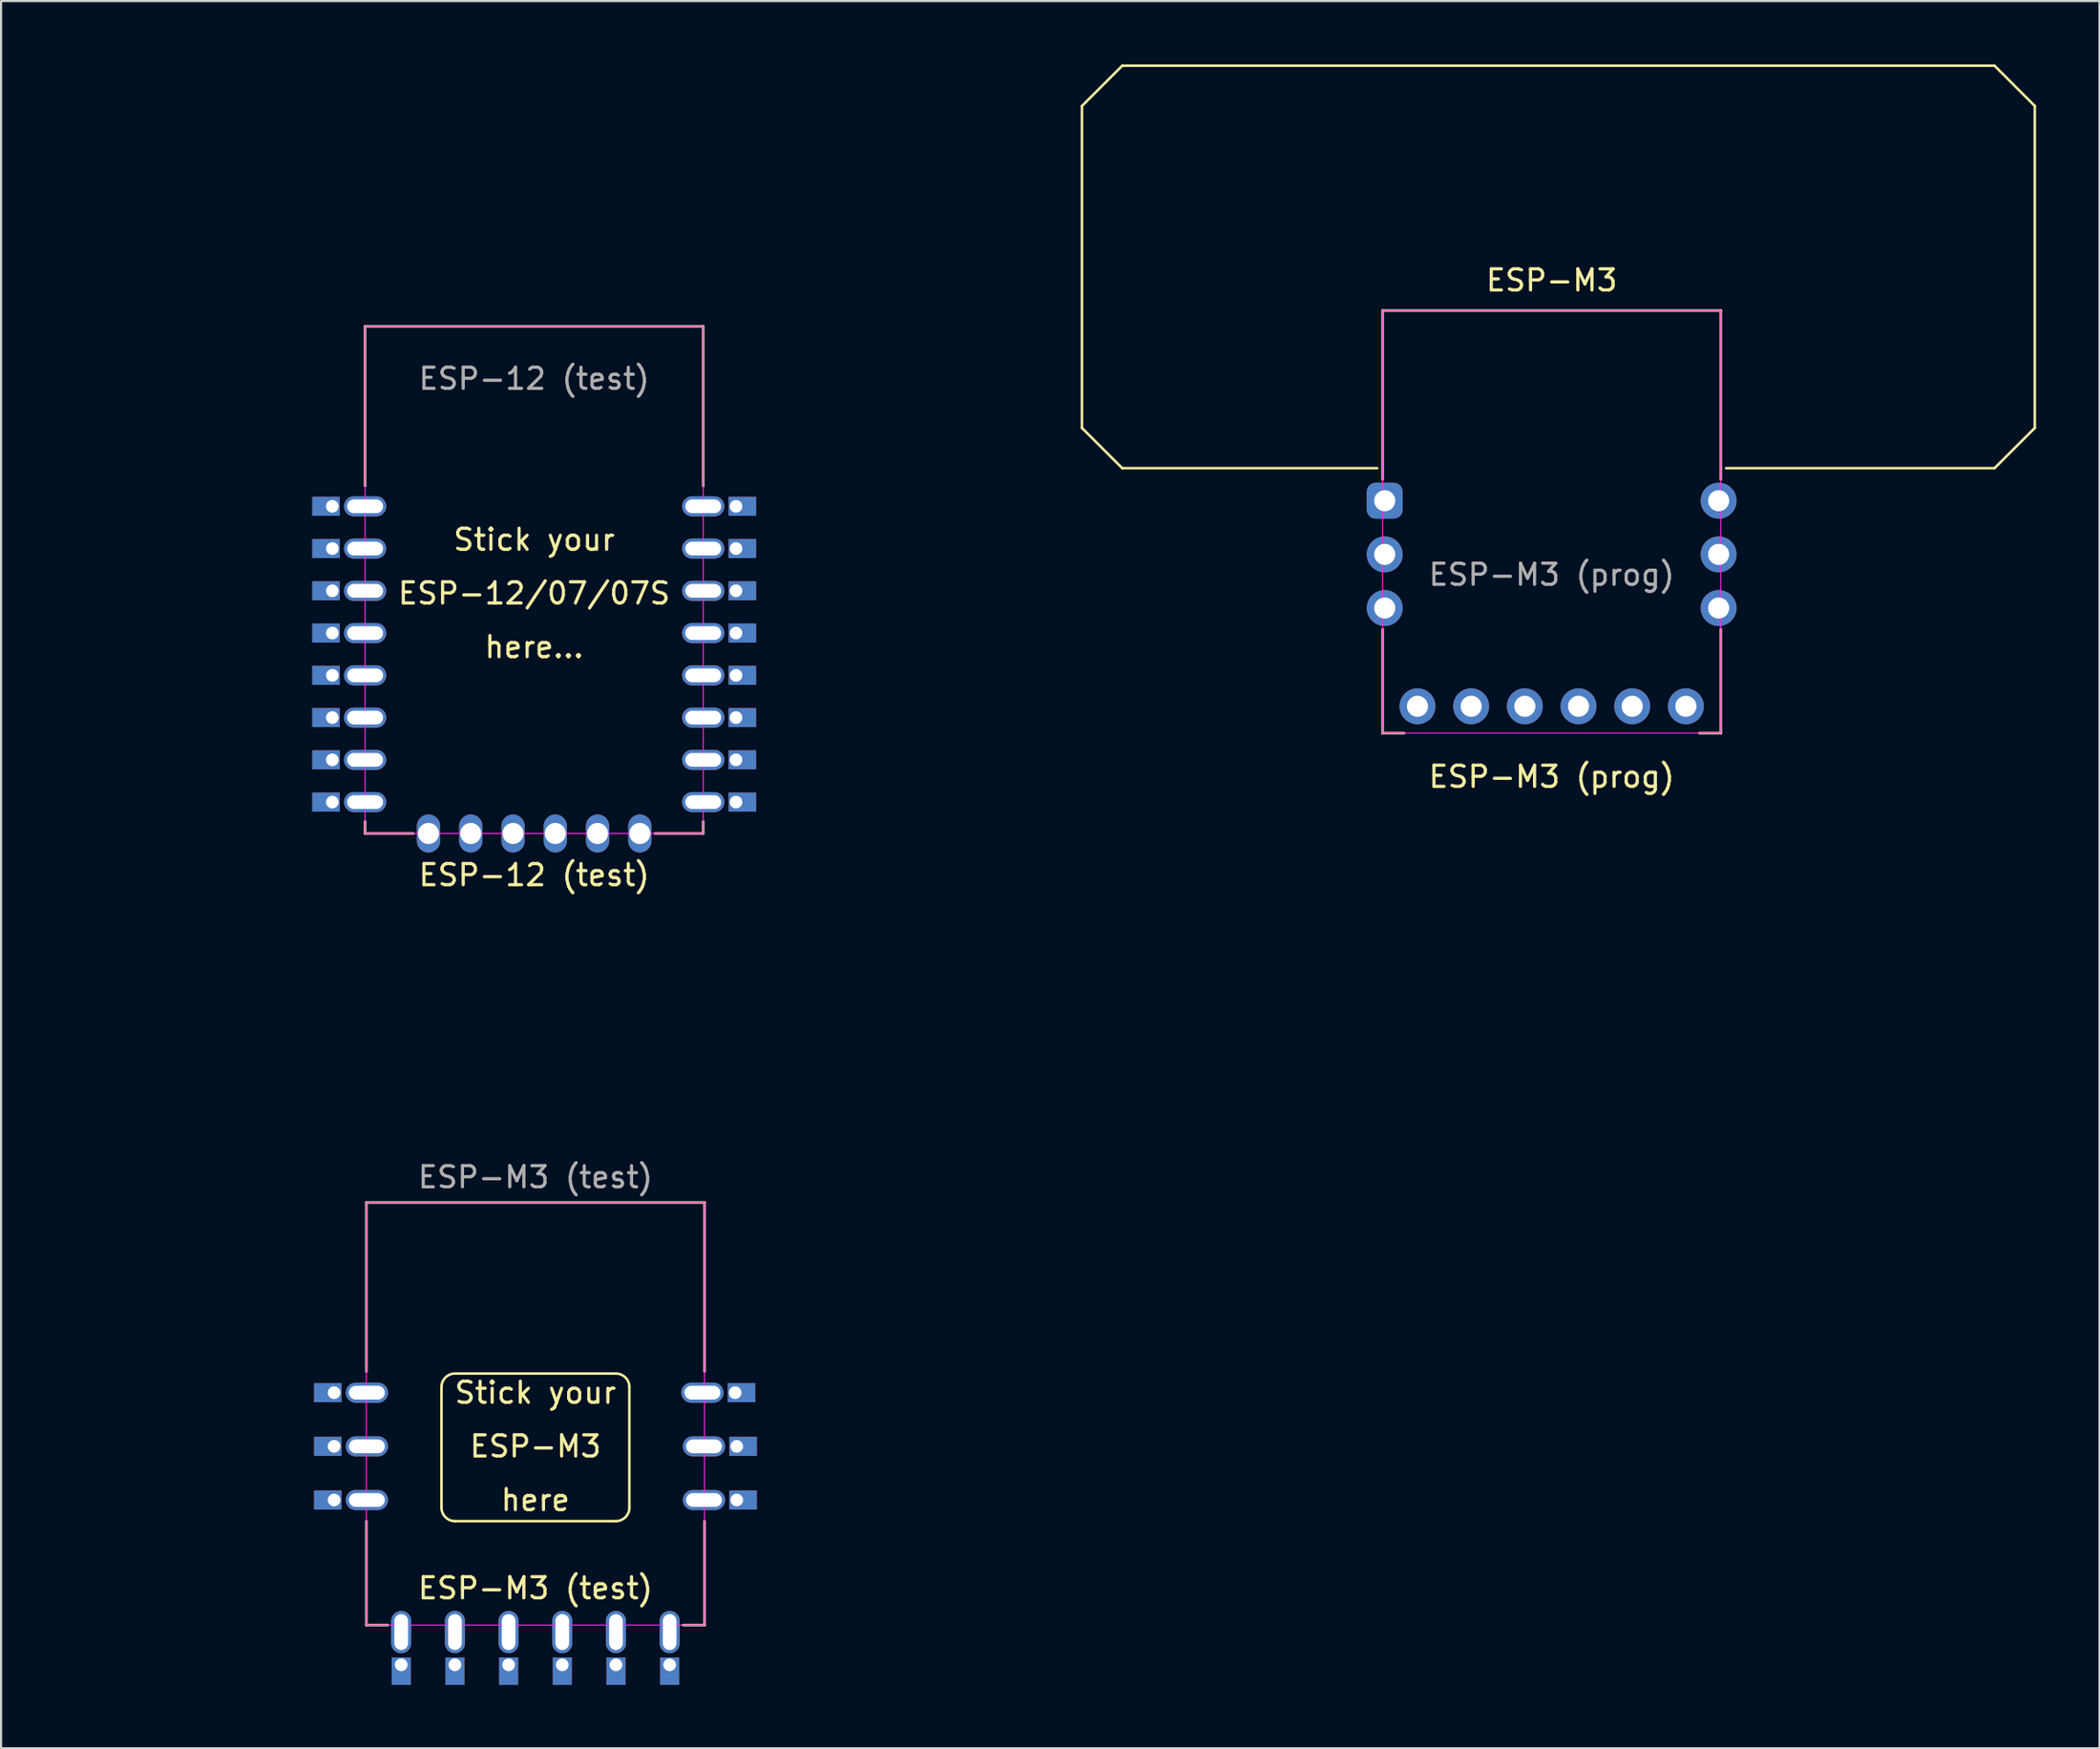
<source format=kicad_pcb>
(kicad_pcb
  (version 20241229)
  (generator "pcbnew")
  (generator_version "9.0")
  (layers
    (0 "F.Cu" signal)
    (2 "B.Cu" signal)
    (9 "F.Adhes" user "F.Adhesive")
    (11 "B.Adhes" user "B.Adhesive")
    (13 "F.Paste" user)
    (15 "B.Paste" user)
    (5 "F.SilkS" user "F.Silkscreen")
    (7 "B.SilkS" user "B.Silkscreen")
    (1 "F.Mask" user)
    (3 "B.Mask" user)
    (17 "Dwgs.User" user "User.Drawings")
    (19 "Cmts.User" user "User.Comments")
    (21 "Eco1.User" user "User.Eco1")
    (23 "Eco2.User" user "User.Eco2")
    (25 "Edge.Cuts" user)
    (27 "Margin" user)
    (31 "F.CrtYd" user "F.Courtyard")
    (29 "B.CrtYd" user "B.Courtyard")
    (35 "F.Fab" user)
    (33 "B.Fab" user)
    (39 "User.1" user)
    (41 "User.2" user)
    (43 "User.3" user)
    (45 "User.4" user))
  (footprint "ESP-M3 (test)"
    (layer "F.Cu")
    (at 22.285 63.868)
    (property "Reference" "ESP-M3 (test)" (at 0 8.255 0) (unlocked yes) (layer "F.SilkS") (effects (font (size 1 1) (thickness 0.15))))
    (attr through_hole)
    (fp_line (start -8 -10) (end -8 -2) (stroke (width 0.12) (type solid)) (layer "F.SilkS"))
    (fp_line (start -8 5.08) (end -8 10) (stroke (width 0.12) (type solid)) (layer "F.SilkS"))
    (fp_line (start -8 10) (end -6.985 10) (stroke (width 0.12) (type solid)) (layer "F.SilkS"))
    (fp_line (start -4.445 -1.27) (end -4.445 4.445) (stroke (width 0.12) (type solid)) (layer "F.SilkS"))
    (fp_line (start -3.81 -1.905) (end 3.81 -1.905) (stroke (width 0.12) (type solid)) (layer "F.SilkS"))
    (fp_line (start 3.81 5.08) (end -3.81 5.08) (stroke (width 0.12) (type solid)) (layer "F.SilkS"))
    (fp_line (start 4.445 -1.27) (end 4.445 4.445) (stroke (width 0.12) (type solid)) (layer "F.SilkS"))
    (fp_line (start 8 -10) (end -8 -10) (stroke (width 0.12) (type solid)) (layer "F.SilkS"))
    (fp_line (start 8 -2) (end 8 -10) (stroke (width 0.12) (type solid)) (layer "F.SilkS"))
    (fp_line (start 8 5.08) (end 8 10) (stroke (width 0.12) (type solid)) (layer "F.SilkS"))
    (fp_line (start 8 10) (end 6.985 10) (stroke (width 0.12) (type solid)) (layer "F.SilkS"))
    (fp_arc (start -4.445 -1.270001) (mid -4.259013 -1.719014) (end -3.81 -1.905001) (stroke (width 0.12) (type solid)) (layer "F.SilkS"))
    (fp_arc (start -3.81 5.08) (mid -4.259013 4.894013) (end -4.445 4.445) (stroke (width 0.12) (type solid)) (layer "F.SilkS"))
    (fp_arc (start 3.81 -1.905) (mid 4.259013 -1.719013) (end 4.445 -1.27) (stroke (width 0.12) (type solid)) (layer "F.SilkS"))
    (fp_arc (start 4.445 4.445001) (mid 4.259013 4.894014) (end 3.81 5.080001) (stroke (width 0.12) (type solid)) (layer "F.SilkS"))
    (fp_rect (start -8 -10) (end 8 10) (stroke (width 0.05) (type solid)) (fill no) (layer "F.CrtYd"))
    (fp_line (start -22.225 -19.685) (end -22.225 -4.445) (stroke (width 0.12) (type solid)) (layer "User.1"))
    (fp_line (start -22.225 -4.445) (end -20.32 -2.54) (stroke (width 0.12) (type solid)) (layer "User.1"))
    (fp_line (start -20.32 -21.59) (end -22.225 -19.685) (stroke (width 0.12) (type solid)) (layer "User.1"))
    (fp_line (start -20.32 -2.54) (end -16.8 -2.54) (stroke (width 0.12) (type solid)) (layer "User.1"))
    (fp_line (start 16.8 -2.54) (end 20.955 -2.54) (stroke (width 0.12) (type solid)) (layer "User.1"))
    (fp_line (start 20.955 -21.59) (end -20.32 -21.59) (stroke (width 0.12) (type solid)) (layer "User.1"))
    (fp_line (start 20.955 -2.54) (end 22.86 -4.445) (stroke (width 0.12) (type solid)) (layer "User.1"))
    (fp_line (start 22.86 -19.685) (end 20.955 -21.59) (stroke (width 0.12) (type solid)) (layer "User.1"))
    (fp_line (start 22.86 -4.445) (end 22.86 -19.685) (stroke (width 0.12) (type solid)) (layer "User.1"))
    (fp_text user "here" (at 0 4.08 0) (unlocked yes) (layer "F.SilkS") (effects (font (size 1 1) (thickness 0.15))))
    (fp_text user "ESP-M3" (at 0 1.54 0) (unlocked yes) (layer "F.SilkS") (effects (font (size 1 1) (thickness 0.15))))
    (fp_text user "Stick your" (at 0 -1 0) (unlocked yes) (layer "F.SilkS") (effects (font (size 1 1) (thickness 0.15))))
    (fp_text user "${REFERENCE}" (at 0 -11.2 0) (unlocked yes) (layer "F.Fab") (effects (font (size 1 1) (thickness 0.15))))
    (pad "1" thru_hole rect (at -9.525 -1) (size 1.3 0.9) (drill 0.6 (offset -0.3 0)) (layers "*.Cu" "*.Mask"))
    (pad "1" thru_hole oval (at -7.975 -1) (size 2 0.95) (drill oval 1.7 0.65) (layers "*.Cu" "*.Mask"))
    (pad "2" thru_hole rect (at -9.525 1.54) (size 1.3 0.9) (drill 0.6 (offset -0.3 0)) (layers "*.Cu" "*.Mask"))
    (pad "2" thru_hole oval (at -7.975 1.54) (size 2 0.95) (drill oval 1.7 0.65) (layers "*.Cu" "*.Mask"))
    (pad "3" thru_hole rect (at -9.525 4.08) (size 1.3 0.9) (drill 0.6 (offset -0.3 0)) (layers "*.Cu" "*.Mask"))
    (pad "3" thru_hole oval (at -7.975 4.08) (size 2 0.95) (drill oval 1.7 0.65) (layers "*.Cu" "*.Mask"))
    (pad "4" thru_hole oval (at -6.35 10.33 90) (size 2 0.95) (drill oval 1.7 0.65) (layers "*.Cu" "*.Mask"))
    (pad "4" thru_hole rect (at -6.35 11.88 90) (size 1.3 0.9) (drill 0.6 (offset -0.3 0)) (layers "*.Cu" "*.Mask"))
    (pad "5" thru_hole oval (at -3.81 10.33 90) (size 2 0.95) (drill oval 1.7 0.65) (layers "*.Cu" "*.Mask"))
    (pad "5" thru_hole rect (at -3.81 11.88 90) (size 1.3 0.9) (drill 0.6 (offset -0.3 0)) (layers "*.Cu" "*.Mask"))
    (pad "6" thru_hole oval (at -1.27 10.33 90) (size 2 0.95) (drill oval 1.7 0.65) (layers "*.Cu" "*.Mask"))
    (pad "6" thru_hole rect (at -1.27 11.88 90) (size 1.3 0.9) (drill 0.6 (offset -0.3 0)) (layers "*.Cu" "*.Mask"))
    (pad "7" thru_hole oval (at 1.27 10.33 90) (size 2 0.95) (drill oval 1.7 0.65) (layers "*.Cu" "*.Mask"))
    (pad "7" thru_hole rect (at 1.27 11.88 90) (size 1.3 0.9) (drill 0.6 (offset -0.3 0)) (layers "*.Cu" "*.Mask"))
    (pad "8" thru_hole oval (at 3.81 10.33 90) (size 2 0.95) (drill oval 1.7 0.65) (layers "*.Cu" "*.Mask"))
    (pad "8" thru_hole rect (at 3.81 11.88 90) (size 1.3 0.9) (drill 0.6 (offset -0.3 0)) (layers "*.Cu" "*.Mask"))
    (pad "9" thru_hole oval (at 6.35 10.33 90) (size 2 0.95) (drill oval 1.7 0.65) (layers "*.Cu" "*.Mask"))
    (pad "9" thru_hole rect (at 6.35 11.88 90) (size 1.3 0.9) (drill 0.6 (offset -0.3 0)) (layers "*.Cu" "*.Mask"))
    (pad "10" thru_hole oval (at 7.975 4.08 180) (size 2 0.95) (drill oval 1.7 0.65) (layers "*.Cu" "*.Mask"))
    (pad "10" thru_hole rect (at 9.525 4.08 180) (size 1.3 0.9) (drill 0.6 (offset -0.3 0)) (layers "*.Cu" "*.Mask"))
    (pad "11" thru_hole oval (at 7.975 1.54 180) (size 2 0.95) (drill oval 1.7 0.65) (layers "*.Cu" "*.Mask"))
    (pad "11" thru_hole rect (at 9.525 1.54 180) (size 1.3 0.9) (drill 0.6 (offset -0.3 0)) (layers "*.Cu" "*.Mask"))
    (pad "12" thru_hole oval (at 7.9 -1 180) (size 2 0.95) (drill oval 1.7 0.65) (layers "*.Cu" "*.Mask"))
    (pad "12" thru_hole rect (at 9.45 -1 180) (size 1.3 0.9) (drill 0.6 (offset -0.3 0)) (layers "*.Cu" "*.Mask"))
    (zone (net_name "") (layers "F.Cu" "B.Cu") (name "Antenna") (hatch full 0.508) (connect_pads) (min_thickness 0.254) (filled_areas_thickness no) (keepout (tracks not_allowed) (vias not_allowed) (pads not_allowed) (copperpour not_allowed) (footprints allowed)) (placement (enabled no)) (fill) (polygon (pts (xy 45.145 61.328) (xy 0.06 61.328) (xy 0.06 42.278) (xy 45.145 42.278)))))
  (footprint "ESP-12 (test)"
    (layer "F.Cu")
    (at 22.225 24.4)
    (property "Reference" "ESP-12 (test)" (at 0 13.97 0) (unlocked yes) (layer "F.SilkS") (effects (font (size 1 1) (thickness 0.15))))
    (attr through_hole)
    (fp_line (start -8 -12) (end -8 -4.445) (stroke (width 0.12) (type solid)) (layer "F.SilkS"))
    (fp_line (start -8 11.43) (end -8 12) (stroke (width 0.12) (type solid)) (layer "F.SilkS"))
    (fp_line (start -8 12) (end -5.715 12) (stroke (width 0.12) (type solid)) (layer "F.SilkS"))
    (fp_line (start 8 -12) (end -8 -12) (stroke (width 0.12) (type solid)) (layer "F.SilkS"))
    (fp_line (start 8 -4.445) (end 8 -12) (stroke (width 0.12) (type solid)) (layer "F.SilkS"))
    (fp_line (start 8 11.43) (end 8 12) (stroke (width 0.12) (type solid)) (layer "F.SilkS"))
    (fp_line (start 8 12) (end 5.715 12) (stroke (width 0.12) (type solid)) (layer "F.SilkS"))
    (fp_rect (start -8 -12) (end 8 12) (stroke (width 0.05) (type solid)) (fill no) (layer "F.CrtYd"))
    (fp_text user "here..." (at 0 3.175 0) (unlocked yes) (layer "F.SilkS") (effects (font (size 1 1) (thickness 0.15))))
    (fp_text user "ESP-12/07/07S" (at 0 0.635 0) (unlocked yes) (layer "F.SilkS") (effects (font (size 1 1) (thickness 0.15))))
    (fp_text user "Stick your" (at 0 -1.905 0) (unlocked yes) (layer "F.SilkS") (effects (font (size 1 1) (thickness 0.15))))
    (fp_text user "${REFERENCE}" (at 0 -9.525 0) (unlocked yes) (layer "F.Fab") (effects (font (size 1 1) (thickness 0.15))))
    (pad "" thru_hole oval (at -8 -3.485) (size 2 0.95) (drill oval 1.7 0.65) (layers "*.Cu" "*.Mask"))
    (pad "" thru_hole oval (at -8 -1.485) (size 2 0.95) (drill oval 1.7 0.65) (layers "*.Cu" "*.Mask"))
    (pad "" thru_hole oval (at -8 0.515) (size 2 0.95) (drill oval 1.7 0.65) (layers "*.Cu" "*.Mask"))
    (pad "" thru_hole oval (at -8 2.515) (size 2 0.95) (drill oval 1.7 0.65) (layers "*.Cu" "*.Mask"))
    (pad "" thru_hole oval (at -8 4.515) (size 2 0.95) (drill oval 1.7 0.65) (layers "*.Cu" "*.Mask"))
    (pad "" thru_hole oval (at -8 6.515) (size 2 0.95) (drill oval 1.7 0.65) (layers "*.Cu" "*.Mask"))
    (pad "" thru_hole oval (at -8 8.515) (size 2 0.95) (drill oval 1.7 0.65) (layers "*.Cu" "*.Mask"))
    (pad "" thru_hole oval (at -8 10.515) (size 2 0.95) (drill oval 1.7 0.65) (layers "*.Cu" "*.Mask"))
    (pad "" thru_hole oval (at 8 -3.485 180) (size 2 0.95) (drill oval 1.7 0.65) (layers "*.Cu" "*.Mask"))
    (pad "" thru_hole oval (at 8 -1.485 180) (size 2 0.95) (drill oval 1.7 0.65) (layers "*.Cu" "*.Mask"))
    (pad "" thru_hole oval (at 8 0.515 180) (size 2 0.95) (drill oval 1.7 0.65) (layers "*.Cu" "*.Mask"))
    (pad "" thru_hole oval (at 8 2.515 180) (size 2 0.95) (drill oval 1.7 0.65) (layers "*.Cu" "*.Mask"))
    (pad "" thru_hole oval (at 8 4.515 180) (size 2 0.95) (drill oval 1.7 0.65) (layers "*.Cu" "*.Mask"))
    (pad "" thru_hole oval (at 8 6.515 180) (size 2 0.95) (drill oval 1.7 0.65) (layers "*.Cu" "*.Mask"))
    (pad "" thru_hole oval (at 8 8.515 180) (size 2 0.95) (drill oval 1.7 0.65) (layers "*.Cu" "*.Mask"))
    (pad "" thru_hole oval (at 8 10.515 180) (size 2 0.95) (drill oval 1.7 0.65) (layers "*.Cu" "*.Mask"))
    (pad "1" thru_hole rect (at -9.55 -3.485) (size 1.3 0.9) (drill 0.6 (offset -0.3 0)) (layers "*.Cu" "*.Mask"))
    (pad "2" thru_hole rect (at -9.55 -1.485) (size 1.3 0.9) (drill 0.6 (offset -0.3 0)) (layers "*.Cu" "*.Mask"))
    (pad "3" thru_hole rect (at -9.55 0.515) (size 1.3 0.9) (drill 0.6 (offset -0.3 0)) (layers "*.Cu" "*.Mask"))
    (pad "4" thru_hole rect (at -9.55 2.515) (size 1.3 0.9) (drill 0.6 (offset -0.3 0)) (layers "*.Cu" "*.Mask"))
    (pad "5" thru_hole rect (at -9.55 4.515) (size 1.3 0.9) (drill 0.6 (offset -0.3 0)) (layers "*.Cu" "*.Mask"))
    (pad "6" thru_hole rect (at -9.55 6.515) (size 1.3 0.9) (drill 0.6 (offset -0.3 0)) (layers "*.Cu" "*.Mask"))
    (pad "7" thru_hole rect (at -9.55 8.515) (size 1.3 0.9) (drill 0.6 (offset -0.3 0)) (layers "*.Cu" "*.Mask"))
    (pad "8" thru_hole rect (at -9.55 10.515) (size 1.3 0.9) (drill 0.6 (offset -0.3 0)) (layers "*.Cu" "*.Mask"))
    (pad "9" thru_hole rect (at 9.55 10.515 180) (size 1.3 0.9) (drill 0.6 (offset -0.3 0)) (layers "*.Cu" "*.Mask"))
    (pad "10" thru_hole rect (at 9.55 8.515 180) (size 1.3 0.9) (drill 0.6 (offset -0.3 0)) (layers "*.Cu" "*.Mask"))
    (pad "11" thru_hole rect (at 9.55 6.515 180) (size 1.3 0.9) (drill 0.6 (offset -0.3 0)) (layers "*.Cu" "*.Mask"))
    (pad "12" thru_hole rect (at 9.55 4.515 180) (size 1.3 0.9) (drill 0.6 (offset -0.3 0)) (layers "*.Cu" "*.Mask"))
    (pad "13" thru_hole rect (at 9.55 2.515 180) (size 1.3 0.9) (drill 0.6 (offset -0.3 0)) (layers "*.Cu" "*.Mask"))
    (pad "14" thru_hole rect (at 9.55 0.515 180) (size 1.3 0.9) (drill 0.6 (offset -0.3 0)) (layers "*.Cu" "*.Mask"))
    (pad "15" thru_hole rect (at 9.55 -1.485 180) (size 1.3 0.9) (drill 0.6 (offset -0.3 0)) (layers "*.Cu" "*.Mask"))
    (pad "16" thru_hole rect (at 9.55 -3.485 180) (size 1.3 0.9) (drill 0.6 (offset -0.3 0)) (layers "*.Cu" "*.Mask"))
    (pad "17" thru_hole oval (at -5 12 90) (size 1.8 1.1) (drill 1) (layers "*.Cu" "*.Mask"))
    (pad "18" thru_hole oval (at -3 12 90) (size 1.8 1.1) (drill 1) (layers "*.Cu" "*.Mask"))
    (pad "19" thru_hole oval (at -1 12 90) (size 1.8 1.1) (drill 1) (layers "*.Cu" "*.Mask"))
    (pad "20" thru_hole oval (at 1 12 90) (size 1.8 1.1) (drill 1) (layers "*.Cu" "*.Mask"))
    (pad "21" thru_hole oval (at 3 12 90) (size 1.8 1.1) (drill 1) (layers "*.Cu" "*.Mask"))
    (pad "22" thru_hole oval (at 5 12 90) (size 1.8 1.1) (drill 1) (layers "*.Cu" "*.Mask"))
    (zone (net_name "") (layers "F.Cu" "B.Cu") (name "Antenna") (hatch edge 0.508) (connect_pads) (min_thickness 0.254) (filled_areas_thickness no) (keepout (tracks not_allowed) (vias not_allowed) (pads not_allowed) (copperpour not_allowed) (footprints not_allowed)) (placement (enabled no)) (fill) (polygon (pts (xy 45.085 17.145) (xy 43.18 19.05) (xy 1.905 19.05) (xy 0 17.145) (xy 0 1.905) (xy 1.905 0) (xy 43.18 0) (xy 45.085 1.905)))))
  (footprint "ESP-M3 (prog)"
    (layer "F.Cu")
    (at 70.37 21.65)
    (property "Reference" "ESP-M3 (prog)" (at 0 12.065 0) (unlocked yes) (layer "F.SilkS") (effects (font (size 1 1) (thickness 0.15))))
    (attr through_hole)
    (fp_line (start -22.225 -19.685) (end -22.225 -4.445) (stroke (width 0.12) (type solid)) (layer "F.SilkS"))
    (fp_line (start -22.225 -4.445) (end -20.32 -2.54) (stroke (width 0.12) (type solid)) (layer "F.SilkS"))
    (fp_line (start -20.32 -21.59) (end -22.225 -19.685) (stroke (width 0.12) (type solid)) (layer "F.SilkS"))
    (fp_line (start -20.32 -2.54) (end -8.255 -2.54) (stroke (width 0.12) (type solid)) (layer "F.SilkS"))
    (fp_line (start -8 -10) (end -8 -2) (stroke (width 0.12) (type solid)) (layer "F.SilkS"))
    (fp_line (start -8 5.08) (end -8 10) (stroke (width 0.12) (type solid)) (layer "F.SilkS"))
    (fp_line (start -8 10) (end -6.985 10) (stroke (width 0.12) (type solid)) (layer "F.SilkS"))
    (fp_line (start 8 -10) (end -8 -10) (stroke (width 0.12) (type solid)) (layer "F.SilkS"))
    (fp_line (start 8 -2) (end 8 -10) (stroke (width 0.12) (type solid)) (layer "F.SilkS"))
    (fp_line (start 8 5.08) (end 8 10) (stroke (width 0.12) (type solid)) (layer "F.SilkS"))
    (fp_line (start 8 10) (end 6.985 10) (stroke (width 0.12) (type solid)) (layer "F.SilkS"))
    (fp_line (start 8.255 -2.54) (end 20.955 -2.54) (stroke (width 0.12) (type solid)) (layer "F.SilkS"))
    (fp_line (start 20.955 -21.59) (end -20.32 -21.59) (stroke (width 0.12) (type solid)) (layer "F.SilkS"))
    (fp_line (start 20.955 -2.54) (end 22.86 -4.445) (stroke (width 0.12) (type solid)) (layer "F.SilkS"))
    (fp_line (start 22.86 -19.685) (end 20.955 -21.59) (stroke (width 0.12) (type solid)) (layer "F.SilkS"))
    (fp_line (start 22.86 -4.445) (end 22.86 -19.685) (stroke (width 0.12) (type solid)) (layer "F.SilkS"))
    (fp_rect (start -8 -10) (end 8 10) (stroke (width 0.05) (type solid)) (fill no) (layer "F.CrtYd"))
    (fp_text user "ESP-M3" (at 0 -11.43 0) (unlocked yes) (layer "F.SilkS") (effects (font (size 1 1) (thickness 0.15))))
    (fp_text user "${REFERENCE}" (at 0 2.5 0) (unlocked yes) (layer "F.Fab") (effects (font (size 1 1) (thickness 0.15))))
    (pad "1" thru_hole roundrect (at -7.9 -1) (size 1.7 1.7) (drill 1) (layers "*.Cu" "*.Mask") (roundrect_rratio 0.25))
    (pad "2" thru_hole oval (at -7.9 1.54) (size 1.7 1.7) (drill 1) (layers "*.Cu" "*.Mask"))
    (pad "3" thru_hole oval (at -7.9 4.08) (size 1.7 1.7) (drill 1) (layers "*.Cu" "*.Mask"))
    (pad "4" thru_hole oval (at -6.35 8.73 90) (size 1.7 1.7) (drill 1) (layers "*.Cu" "*.Mask"))
    (pad "5" thru_hole oval (at -3.81 8.73 90) (size 1.7 1.7) (drill 1) (layers "*.Cu" "*.Mask"))
    (pad "6" thru_hole oval (at -1.27 8.73 90) (size 1.7 1.7) (drill 1) (layers "*.Cu" "*.Mask"))
    (pad "7" thru_hole oval (at 1.27 8.73 90) (size 1.7 1.7) (drill 1) (layers "*.Cu" "*.Mask"))
    (pad "8" thru_hole oval (at 3.81 8.73 90) (size 1.7 1.7) (drill 1) (layers "*.Cu" "*.Mask"))
    (pad "9" thru_hole oval (at 6.35 8.73 90) (size 1.7 1.7) (drill 1) (layers "*.Cu" "*.Mask"))
    (pad "10" thru_hole oval (at 7.9 4.08) (size 1.7 1.7) (drill 1) (layers "*.Cu" "*.Mask"))
    (pad "11" thru_hole oval (at 7.9 1.54) (size 1.7 1.7) (drill 1) (layers "*.Cu" "*.Mask"))
    (pad "12" thru_hole oval (at 7.9 -1) (size 1.7 1.7) (drill 1) (layers "*.Cu" "*.Mask")))
  (gr_rect
    (start -3 -3)
    (end 96.29 79.698)
    (stroke (width 0.1) (type default))
    (fill no)
    (layer "Edge.Cuts")))
</source>
